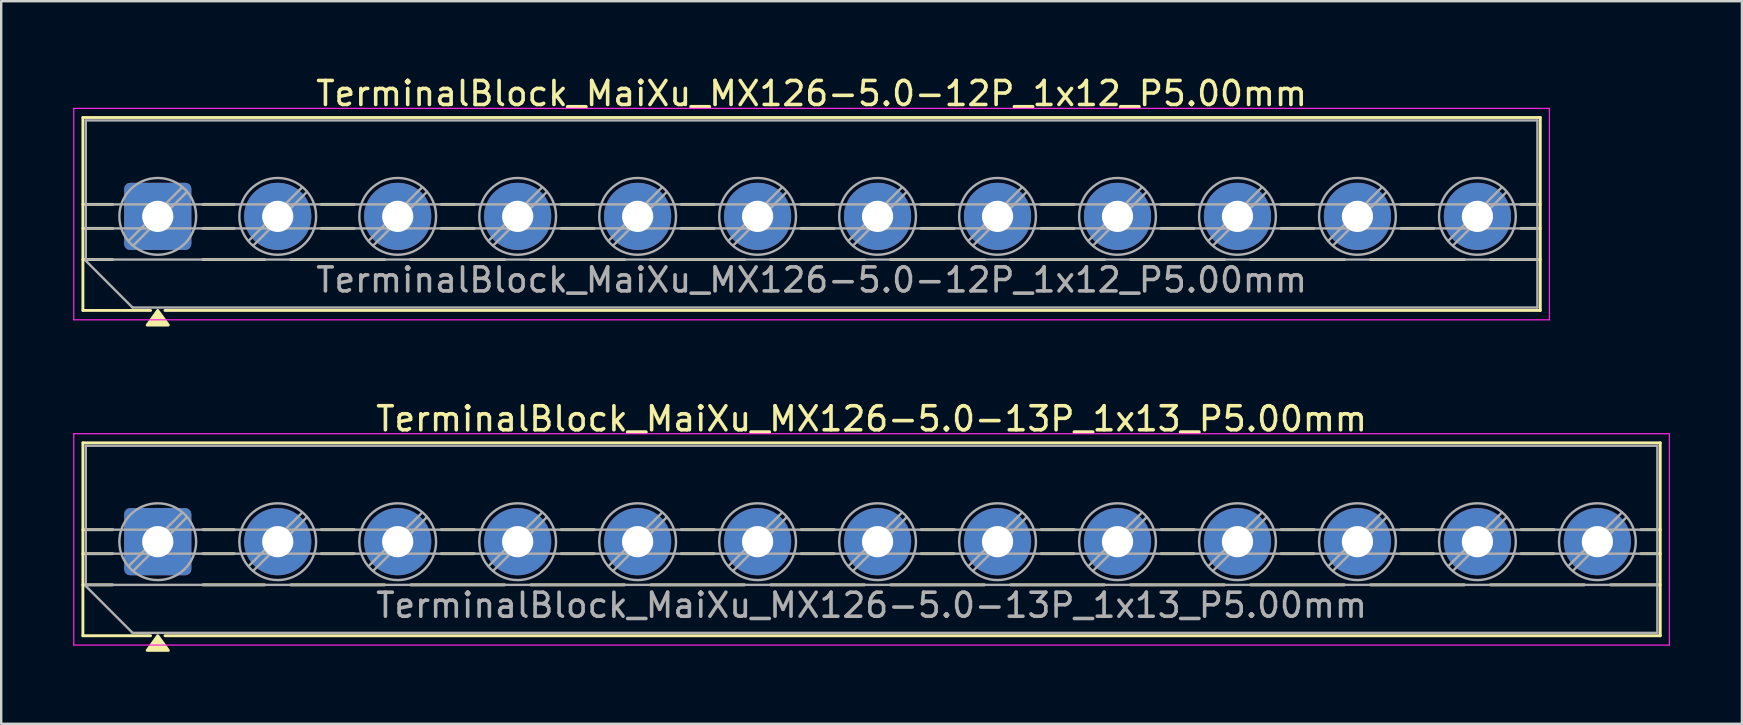
<source format=kicad_pcb>
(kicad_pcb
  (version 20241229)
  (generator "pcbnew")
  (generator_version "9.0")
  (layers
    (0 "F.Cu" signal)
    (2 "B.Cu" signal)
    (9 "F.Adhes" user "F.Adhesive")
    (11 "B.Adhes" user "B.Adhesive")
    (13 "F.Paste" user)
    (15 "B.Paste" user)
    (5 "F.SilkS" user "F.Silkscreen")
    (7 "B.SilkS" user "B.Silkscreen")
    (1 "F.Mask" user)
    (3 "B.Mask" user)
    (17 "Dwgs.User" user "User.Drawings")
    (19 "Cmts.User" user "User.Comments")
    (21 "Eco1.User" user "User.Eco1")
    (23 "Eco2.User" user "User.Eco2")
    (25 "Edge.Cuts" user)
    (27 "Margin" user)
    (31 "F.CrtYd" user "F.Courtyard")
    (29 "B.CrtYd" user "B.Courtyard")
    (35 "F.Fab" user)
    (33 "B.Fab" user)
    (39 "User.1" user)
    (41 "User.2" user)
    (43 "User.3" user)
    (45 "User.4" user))
  (footprint "TerminalBlock_MaiXu_MX126-5.0-13P_1x13_P5.00mm"
    (layer "F.Cu")
    (at 3.525 19.526)
    (property "Reference" "TerminalBlock_MaiXu_MX126-5.0-13P_1x13_P5.00mm" (at 29.75 -5.12 0) (layer "F.SilkS") (effects (font (size 1 1) (thickness 0.15))))
    (attr through_hole)
    (fp_line (start -3.12 -4.12) (end 62.62 -4.12) (stroke (width 0.12) (type solid)) (layer "F.SilkS"))
    (fp_line (start -3.12 -0.5) (end -1.88 -0.5) (stroke (width 0.12) (type solid)) (layer "F.SilkS"))
    (fp_line (start -3.12 0.5) (end -1.88 0.5) (stroke (width 0.12) (type solid)) (layer "F.SilkS"))
    (fp_line (start -3.12 1.8) (end -1.88 1.8) (stroke (width 0.12) (type solid)) (layer "F.SilkS"))
    (fp_line (start -3.12 3.92) (end -3.12 -4.12) (stroke (width 0.12) (type solid)) (layer "F.SilkS"))
    (fp_line (start -0.3 3.92) (end -3.12 3.92) (stroke (width 0.12) (type solid)) (layer "F.SilkS"))
    (fp_line (start 1.88 -0.5) (end 3.188 -0.5) (stroke (width 0.12) (type solid)) (layer "F.SilkS"))
    (fp_line (start 1.88 0.5) (end 3.188 0.5) (stroke (width 0.12) (type solid)) (layer "F.SilkS"))
    (fp_line (start 1.88 1.8) (end 4.457 1.8) (stroke (width 0.12) (type solid)) (layer "F.SilkS"))
    (fp_line (start 5.543 1.8) (end 9.457 1.8) (stroke (width 0.12) (type solid)) (layer "F.SilkS"))
    (fp_line (start 6.812 -0.5) (end 8.188 -0.5) (stroke (width 0.12) (type solid)) (layer "F.SilkS"))
    (fp_line (start 6.812 0.5) (end 8.188 0.5) (stroke (width 0.12) (type solid)) (layer "F.SilkS"))
    (fp_line (start 10.543 1.8) (end 14.457 1.8) (stroke (width 0.12) (type solid)) (layer "F.SilkS"))
    (fp_line (start 11.812 -0.5) (end 13.188 -0.5) (stroke (width 0.12) (type solid)) (layer "F.SilkS"))
    (fp_line (start 11.812 0.5) (end 13.188 0.5) (stroke (width 0.12) (type solid)) (layer "F.SilkS"))
    (fp_line (start 15.543 1.8) (end 19.457 1.8) (stroke (width 0.12) (type solid)) (layer "F.SilkS"))
    (fp_line (start 16.812 -0.5) (end 18.188 -0.5) (stroke (width 0.12) (type solid)) (layer "F.SilkS"))
    (fp_line (start 16.812 0.5) (end 18.188 0.5) (stroke (width 0.12) (type solid)) (layer "F.SilkS"))
    (fp_line (start 20.543 1.8) (end 24.457 1.8) (stroke (width 0.12) (type solid)) (layer "F.SilkS"))
    (fp_line (start 21.812 -0.5) (end 23.188 -0.5) (stroke (width 0.12) (type solid)) (layer "F.SilkS"))
    (fp_line (start 21.812 0.5) (end 23.188 0.5) (stroke (width 0.12) (type solid)) (layer "F.SilkS"))
    (fp_line (start 25.543 1.8) (end 29.457 1.8) (stroke (width 0.12) (type solid)) (layer "F.SilkS"))
    (fp_line (start 26.812 -0.5) (end 28.188 -0.5) (stroke (width 0.12) (type solid)) (layer "F.SilkS"))
    (fp_line (start 26.812 0.5) (end 28.188 0.5) (stroke (width 0.12) (type solid)) (layer "F.SilkS"))
    (fp_line (start 30.543 1.8) (end 34.457 1.8) (stroke (width 0.12) (type solid)) (layer "F.SilkS"))
    (fp_line (start 31.812 -0.5) (end 33.188 -0.5) (stroke (width 0.12) (type solid)) (layer "F.SilkS"))
    (fp_line (start 31.812 0.5) (end 33.188 0.5) (stroke (width 0.12) (type solid)) (layer "F.SilkS"))
    (fp_line (start 35.543 1.8) (end 39.457 1.8) (stroke (width 0.12) (type solid)) (layer "F.SilkS"))
    (fp_line (start 36.812 -0.5) (end 38.188 -0.5) (stroke (width 0.12) (type solid)) (layer "F.SilkS"))
    (fp_line (start 36.812 0.5) (end 38.188 0.5) (stroke (width 0.12) (type solid)) (layer "F.SilkS"))
    (fp_line (start 40.543 1.8) (end 44.457 1.8) (stroke (width 0.12) (type solid)) (layer "F.SilkS"))
    (fp_line (start 41.812 -0.5) (end 43.188 -0.5) (stroke (width 0.12) (type solid)) (layer "F.SilkS"))
    (fp_line (start 41.812 0.5) (end 43.188 0.5) (stroke (width 0.12) (type solid)) (layer "F.SilkS"))
    (fp_line (start 45.543 1.8) (end 49.457 1.8) (stroke (width 0.12) (type solid)) (layer "F.SilkS"))
    (fp_line (start 46.812 -0.5) (end 48.188 -0.5) (stroke (width 0.12) (type solid)) (layer "F.SilkS"))
    (fp_line (start 46.812 0.5) (end 48.188 0.5) (stroke (width 0.12) (type solid)) (layer "F.SilkS"))
    (fp_line (start 50.543 1.8) (end 54.457 1.8) (stroke (width 0.12) (type solid)) (layer "F.SilkS"))
    (fp_line (start 51.812 -0.5) (end 53.188 -0.5) (stroke (width 0.12) (type solid)) (layer "F.SilkS"))
    (fp_line (start 51.812 0.5) (end 53.188 0.5) (stroke (width 0.12) (type solid)) (layer "F.SilkS"))
    (fp_line (start 55.543 1.8) (end 59.457 1.8) (stroke (width 0.12) (type solid)) (layer "F.SilkS"))
    (fp_line (start 56.812 -0.5) (end 58.188 -0.5) (stroke (width 0.12) (type solid)) (layer "F.SilkS"))
    (fp_line (start 56.812 0.5) (end 58.188 0.5) (stroke (width 0.12) (type solid)) (layer "F.SilkS"))
    (fp_line (start 60.543 1.8) (end 62.62 1.8) (stroke (width 0.12) (type solid)) (layer "F.SilkS"))
    (fp_line (start 61.812 -0.5) (end 62.62 -0.5) (stroke (width 0.12) (type solid)) (layer "F.SilkS"))
    (fp_line (start 61.812 0.5) (end 62.62 0.5) (stroke (width 0.12) (type solid)) (layer "F.SilkS"))
    (fp_line (start 62.62 -4.12) (end 62.62 3.92) (stroke (width 0.12) (type solid)) (layer "F.SilkS"))
    (fp_line (start 62.62 3.92) (end 0.3 3.92) (stroke (width 0.12) (type solid)) (layer "F.SilkS"))
    (fp_poly (pts (xy 0 3.92) (xy 0.44 4.53) (xy -0.44 4.53)) (stroke (width 0.12) (type solid)) (fill yes) (layer "F.SilkS"))
    (fp_line (start -3.5 -4.5) (end -3.5 4.31) (stroke (width 0.05) (type solid)) (layer "F.CrtYd"))
    (fp_line (start -3.5 4.31) (end 63 4.31) (stroke (width 0.05) (type solid)) (layer "F.CrtYd"))
    (fp_line (start 63 -4.5) (end -3.5 -4.5) (stroke (width 0.05) (type solid)) (layer "F.CrtYd"))
    (fp_line (start 63 4.31) (end 63 -4.5) (stroke (width 0.05) (type solid)) (layer "F.CrtYd"))
    (fp_line (start -3 -4) (end 62.5 -4) (stroke (width 0.1) (type solid)) (layer "F.Fab"))
    (fp_line (start -3 -0.5) (end 62.5 -0.5) (stroke (width 0.1) (type solid)) (layer "F.Fab"))
    (fp_line (start -3 0.5) (end 62.5 0.5) (stroke (width 0.1) (type solid)) (layer "F.Fab"))
    (fp_line (start -3 1.8) (end 62.5 1.8) (stroke (width 0.1) (type solid)) (layer "F.Fab"))
    (fp_line (start -3 1.85) (end -3 -4) (stroke (width 0.1) (type solid)) (layer "F.Fab"))
    (fp_line (start -1.05 3.8) (end -3 1.85) (stroke (width 0.1) (type solid)) (layer "F.Fab"))
    (fp_line (start 1.018 -1.213) (end -1.213 1.018) (stroke (width 0.1) (type solid)) (layer "F.Fab"))
    (fp_line (start 1.213 -1.018) (end -1.018 1.213) (stroke (width 0.1) (type solid)) (layer "F.Fab"))
    (fp_line (start 6.018 -1.213) (end 3.787 1.018) (stroke (width 0.1) (type solid)) (layer "F.Fab"))
    (fp_line (start 6.213 -1.018) (end 3.982 1.213) (stroke (width 0.1) (type solid)) (layer "F.Fab"))
    (fp_line (start 11.018 -1.213) (end 8.787 1.018) (stroke (width 0.1) (type solid)) (layer "F.Fab"))
    (fp_line (start 11.213 -1.018) (end 8.982 1.213) (stroke (width 0.1) (type solid)) (layer "F.Fab"))
    (fp_line (start 16.018 -1.213) (end 13.787 1.018) (stroke (width 0.1) (type solid)) (layer "F.Fab"))
    (fp_line (start 16.213 -1.018) (end 13.982 1.213) (stroke (width 0.1) (type solid)) (layer "F.Fab"))
    (fp_line (start 21.018 -1.213) (end 18.787 1.018) (stroke (width 0.1) (type solid)) (layer "F.Fab"))
    (fp_line (start 21.213 -1.018) (end 18.982 1.213) (stroke (width 0.1) (type solid)) (layer "F.Fab"))
    (fp_line (start 26.018 -1.213) (end 23.787 1.018) (stroke (width 0.1) (type solid)) (layer "F.Fab"))
    (fp_line (start 26.213 -1.018) (end 23.982 1.213) (stroke (width 0.1) (type solid)) (layer "F.Fab"))
    (fp_line (start 31.018 -1.213) (end 28.787 1.018) (stroke (width 0.1) (type solid)) (layer "F.Fab"))
    (fp_line (start 31.213 -1.018) (end 28.982 1.213) (stroke (width 0.1) (type solid)) (layer "F.Fab"))
    (fp_line (start 36.018 -1.213) (end 33.787 1.018) (stroke (width 0.1) (type solid)) (layer "F.Fab"))
    (fp_line (start 36.213 -1.018) (end 33.982 1.213) (stroke (width 0.1) (type solid)) (layer "F.Fab"))
    (fp_line (start 41.018 -1.213) (end 38.787 1.018) (stroke (width 0.1) (type solid)) (layer "F.Fab"))
    (fp_line (start 41.213 -1.018) (end 38.982 1.213) (stroke (width 0.1) (type solid)) (layer "F.Fab"))
    (fp_line (start 46.018 -1.213) (end 43.787 1.018) (stroke (width 0.1) (type solid)) (layer "F.Fab"))
    (fp_line (start 46.213 -1.018) (end 43.982 1.213) (stroke (width 0.1) (type solid)) (layer "F.Fab"))
    (fp_line (start 51.018 -1.213) (end 48.787 1.018) (stroke (width 0.1) (type solid)) (layer "F.Fab"))
    (fp_line (start 51.213 -1.018) (end 48.982 1.213) (stroke (width 0.1) (type solid)) (layer "F.Fab"))
    (fp_line (start 56.018 -1.213) (end 53.787 1.018) (stroke (width 0.1) (type solid)) (layer "F.Fab"))
    (fp_line (start 56.213 -1.018) (end 53.982 1.213) (stroke (width 0.1) (type solid)) (layer "F.Fab"))
    (fp_line (start 61.018 -1.213) (end 58.787 1.018) (stroke (width 0.1) (type solid)) (layer "F.Fab"))
    (fp_line (start 61.213 -1.018) (end 58.982 1.213) (stroke (width 0.1) (type solid)) (layer "F.Fab"))
    (fp_line (start 62.5 -4) (end 62.5 3.8) (stroke (width 0.1) (type solid)) (layer "F.Fab"))
    (fp_line (start 62.5 3.8) (end -1.05 3.8) (stroke (width 0.1) (type solid)) (layer "F.Fab"))
    (fp_circle (center 0 0) (end 1.6 0) (stroke (width 0.1) (type solid)) (fill no) (layer "F.Fab"))
    (fp_circle (center 5 0) (end 6.6 0) (stroke (width 0.1) (type solid)) (fill no) (layer "F.Fab"))
    (fp_circle (center 10 0) (end 11.6 0) (stroke (width 0.1) (type solid)) (fill no) (layer "F.Fab"))
    (fp_circle (center 15 0) (end 16.6 0) (stroke (width 0.1) (type solid)) (fill no) (layer "F.Fab"))
    (fp_circle (center 20 0) (end 21.6 0) (stroke (width 0.1) (type solid)) (fill no) (layer "F.Fab"))
    (fp_circle (center 25 0) (end 26.6 0) (stroke (width 0.1) (type solid)) (fill no) (layer "F.Fab"))
    (fp_circle (center 30 0) (end 31.6 0) (stroke (width 0.1) (type solid)) (fill no) (layer "F.Fab"))
    (fp_circle (center 35 0) (end 36.6 0) (stroke (width 0.1) (type solid)) (fill no) (layer "F.Fab"))
    (fp_circle (center 40 0) (end 41.6 0) (stroke (width 0.1) (type solid)) (fill no) (layer "F.Fab"))
    (fp_circle (center 45 0) (end 46.6 0) (stroke (width 0.1) (type solid)) (fill no) (layer "F.Fab"))
    (fp_circle (center 50 0) (end 51.6 0) (stroke (width 0.1) (type solid)) (fill no) (layer "F.Fab"))
    (fp_circle (center 55 0) (end 56.6 0) (stroke (width 0.1) (type solid)) (fill no) (layer "F.Fab"))
    (fp_circle (center 60 0) (end 61.6 0) (stroke (width 0.1) (type solid)) (fill no) (layer "F.Fab"))
    (fp_text user "${REFERENCE}" (at 29.75 2.65 0) (layer "F.Fab") (effects (font (size 1 1) (thickness 0.15))))
    (pad "1" thru_hole roundrect (at 0 0) (size 2.8 2.8) (drill 1.3) (layers "*.Cu" "*.Mask") (roundrect_rratio 0.089))
    (pad "2" thru_hole circle (at 5 0) (size 2.8 2.8) (drill 1.3) (layers "*.Cu" "*.Mask"))
    (pad "3" thru_hole circle (at 10 0) (size 2.8 2.8) (drill 1.3) (layers "*.Cu" "*.Mask"))
    (pad "4" thru_hole circle (at 15 0) (size 2.8 2.8) (drill 1.3) (layers "*.Cu" "*.Mask"))
    (pad "5" thru_hole circle (at 20 0) (size 2.8 2.8) (drill 1.3) (layers "*.Cu" "*.Mask"))
    (pad "6" thru_hole circle (at 25 0) (size 2.8 2.8) (drill 1.3) (layers "*.Cu" "*.Mask"))
    (pad "7" thru_hole circle (at 30 0) (size 2.8 2.8) (drill 1.3) (layers "*.Cu" "*.Mask"))
    (pad "8" thru_hole circle (at 35 0) (size 2.8 2.8) (drill 1.3) (layers "*.Cu" "*.Mask"))
    (pad "9" thru_hole circle (at 40 0) (size 2.8 2.8) (drill 1.3) (layers "*.Cu" "*.Mask"))
    (pad "10" thru_hole circle (at 45 0) (size 2.8 2.8) (drill 1.3) (layers "*.Cu" "*.Mask"))
    (pad "11" thru_hole circle (at 50 0) (size 2.8 2.8) (drill 1.3) (layers "*.Cu" "*.Mask"))
    (pad "12" thru_hole circle (at 55 0) (size 2.8 2.8) (drill 1.3) (layers "*.Cu" "*.Mask"))
    (pad "13" thru_hole circle (at 60 0) (size 2.8 2.8) (drill 1.3) (layers "*.Cu" "*.Mask")))
  (footprint "TerminalBlock_MaiXu_MX126-5.0-12P_1x12_P5.00mm"
    (layer "F.Cu")
    (at 3.525 5.968)
    (property "Reference" "TerminalBlock_MaiXu_MX126-5.0-12P_1x12_P5.00mm" (at 27.25 -5.12 0) (layer "F.SilkS") (effects (font (size 1 1) (thickness 0.15))))
    (attr through_hole)
    (fp_line (start -3.12 -4.12) (end 57.62 -4.12) (stroke (width 0.12) (type solid)) (layer "F.SilkS"))
    (fp_line (start -3.12 -0.5) (end -1.88 -0.5) (stroke (width 0.12) (type solid)) (layer "F.SilkS"))
    (fp_line (start -3.12 0.5) (end -1.88 0.5) (stroke (width 0.12) (type solid)) (layer "F.SilkS"))
    (fp_line (start -3.12 1.8) (end -1.88 1.8) (stroke (width 0.12) (type solid)) (layer "F.SilkS"))
    (fp_line (start -3.12 3.92) (end -3.12 -4.12) (stroke (width 0.12) (type solid)) (layer "F.SilkS"))
    (fp_line (start -0.3 3.92) (end -3.12 3.92) (stroke (width 0.12) (type solid)) (layer "F.SilkS"))
    (fp_line (start 1.88 -0.5) (end 3.188 -0.5) (stroke (width 0.12) (type solid)) (layer "F.SilkS"))
    (fp_line (start 1.88 0.5) (end 3.188 0.5) (stroke (width 0.12) (type solid)) (layer "F.SilkS"))
    (fp_line (start 1.88 1.8) (end 4.457 1.8) (stroke (width 0.12) (type solid)) (layer "F.SilkS"))
    (fp_line (start 5.543 1.8) (end 9.457 1.8) (stroke (width 0.12) (type solid)) (layer "F.SilkS"))
    (fp_line (start 6.812 -0.5) (end 8.188 -0.5) (stroke (width 0.12) (type solid)) (layer "F.SilkS"))
    (fp_line (start 6.812 0.5) (end 8.188 0.5) (stroke (width 0.12) (type solid)) (layer "F.SilkS"))
    (fp_line (start 10.543 1.8) (end 14.457 1.8) (stroke (width 0.12) (type solid)) (layer "F.SilkS"))
    (fp_line (start 11.812 -0.5) (end 13.188 -0.5) (stroke (width 0.12) (type solid)) (layer "F.SilkS"))
    (fp_line (start 11.812 0.5) (end 13.188 0.5) (stroke (width 0.12) (type solid)) (layer "F.SilkS"))
    (fp_line (start 15.543 1.8) (end 19.457 1.8) (stroke (width 0.12) (type solid)) (layer "F.SilkS"))
    (fp_line (start 16.812 -0.5) (end 18.188 -0.5) (stroke (width 0.12) (type solid)) (layer "F.SilkS"))
    (fp_line (start 16.812 0.5) (end 18.188 0.5) (stroke (width 0.12) (type solid)) (layer "F.SilkS"))
    (fp_line (start 20.543 1.8) (end 24.457 1.8) (stroke (width 0.12) (type solid)) (layer "F.SilkS"))
    (fp_line (start 21.812 -0.5) (end 23.188 -0.5) (stroke (width 0.12) (type solid)) (layer "F.SilkS"))
    (fp_line (start 21.812 0.5) (end 23.188 0.5) (stroke (width 0.12) (type solid)) (layer "F.SilkS"))
    (fp_line (start 25.543 1.8) (end 29.457 1.8) (stroke (width 0.12) (type solid)) (layer "F.SilkS"))
    (fp_line (start 26.812 -0.5) (end 28.188 -0.5) (stroke (width 0.12) (type solid)) (layer "F.SilkS"))
    (fp_line (start 26.812 0.5) (end 28.188 0.5) (stroke (width 0.12) (type solid)) (layer "F.SilkS"))
    (fp_line (start 30.543 1.8) (end 34.457 1.8) (stroke (width 0.12) (type solid)) (layer "F.SilkS"))
    (fp_line (start 31.812 -0.5) (end 33.188 -0.5) (stroke (width 0.12) (type solid)) (layer "F.SilkS"))
    (fp_line (start 31.812 0.5) (end 33.188 0.5) (stroke (width 0.12) (type solid)) (layer "F.SilkS"))
    (fp_line (start 35.543 1.8) (end 39.457 1.8) (stroke (width 0.12) (type solid)) (layer "F.SilkS"))
    (fp_line (start 36.812 -0.5) (end 38.188 -0.5) (stroke (width 0.12) (type solid)) (layer "F.SilkS"))
    (fp_line (start 36.812 0.5) (end 38.188 0.5) (stroke (width 0.12) (type solid)) (layer "F.SilkS"))
    (fp_line (start 40.543 1.8) (end 44.457 1.8) (stroke (width 0.12) (type solid)) (layer "F.SilkS"))
    (fp_line (start 41.812 -0.5) (end 43.188 -0.5) (stroke (width 0.12) (type solid)) (layer "F.SilkS"))
    (fp_line (start 41.812 0.5) (end 43.188 0.5) (stroke (width 0.12) (type solid)) (layer "F.SilkS"))
    (fp_line (start 45.543 1.8) (end 49.457 1.8) (stroke (width 0.12) (type solid)) (layer "F.SilkS"))
    (fp_line (start 46.812 -0.5) (end 48.188 -0.5) (stroke (width 0.12) (type solid)) (layer "F.SilkS"))
    (fp_line (start 46.812 0.5) (end 48.188 0.5) (stroke (width 0.12) (type solid)) (layer "F.SilkS"))
    (fp_line (start 50.543 1.8) (end 54.457 1.8) (stroke (width 0.12) (type solid)) (layer "F.SilkS"))
    (fp_line (start 51.812 -0.5) (end 53.188 -0.5) (stroke (width 0.12) (type solid)) (layer "F.SilkS"))
    (fp_line (start 51.812 0.5) (end 53.188 0.5) (stroke (width 0.12) (type solid)) (layer "F.SilkS"))
    (fp_line (start 55.543 1.8) (end 57.62 1.8) (stroke (width 0.12) (type solid)) (layer "F.SilkS"))
    (fp_line (start 56.812 -0.5) (end 57.62 -0.5) (stroke (width 0.12) (type solid)) (layer "F.SilkS"))
    (fp_line (start 56.812 0.5) (end 57.62 0.5) (stroke (width 0.12) (type solid)) (layer "F.SilkS"))
    (fp_line (start 57.62 -4.12) (end 57.62 3.92) (stroke (width 0.12) (type solid)) (layer "F.SilkS"))
    (fp_line (start 57.62 3.92) (end 0.3 3.92) (stroke (width 0.12) (type solid)) (layer "F.SilkS"))
    (fp_poly (pts (xy 0 3.92) (xy 0.44 4.53) (xy -0.44 4.53)) (stroke (width 0.12) (type solid)) (fill yes) (layer "F.SilkS"))
    (fp_line (start -3.5 -4.5) (end -3.5 4.31) (stroke (width 0.05) (type solid)) (layer "F.CrtYd"))
    (fp_line (start -3.5 4.31) (end 58 4.31) (stroke (width 0.05) (type solid)) (layer "F.CrtYd"))
    (fp_line (start 58 -4.5) (end -3.5 -4.5) (stroke (width 0.05) (type solid)) (layer "F.CrtYd"))
    (fp_line (start 58 4.31) (end 58 -4.5) (stroke (width 0.05) (type solid)) (layer "F.CrtYd"))
    (fp_line (start -3 -4) (end 57.5 -4) (stroke (width 0.1) (type solid)) (layer "F.Fab"))
    (fp_line (start -3 -0.5) (end 57.5 -0.5) (stroke (width 0.1) (type solid)) (layer "F.Fab"))
    (fp_line (start -3 0.5) (end 57.5 0.5) (stroke (width 0.1) (type solid)) (layer "F.Fab"))
    (fp_line (start -3 1.8) (end 57.5 1.8) (stroke (width 0.1) (type solid)) (layer "F.Fab"))
    (fp_line (start -3 1.85) (end -3 -4) (stroke (width 0.1) (type solid)) (layer "F.Fab"))
    (fp_line (start -1.05 3.8) (end -3 1.85) (stroke (width 0.1) (type solid)) (layer "F.Fab"))
    (fp_line (start 1.018 -1.213) (end -1.213 1.018) (stroke (width 0.1) (type solid)) (layer "F.Fab"))
    (fp_line (start 1.213 -1.018) (end -1.018 1.213) (stroke (width 0.1) (type solid)) (layer "F.Fab"))
    (fp_line (start 6.018 -1.213) (end 3.787 1.018) (stroke (width 0.1) (type solid)) (layer "F.Fab"))
    (fp_line (start 6.213 -1.018) (end 3.982 1.213) (stroke (width 0.1) (type solid)) (layer "F.Fab"))
    (fp_line (start 11.018 -1.213) (end 8.787 1.018) (stroke (width 0.1) (type solid)) (layer "F.Fab"))
    (fp_line (start 11.213 -1.018) (end 8.982 1.213) (stroke (width 0.1) (type solid)) (layer "F.Fab"))
    (fp_line (start 16.018 -1.213) (end 13.787 1.018) (stroke (width 0.1) (type solid)) (layer "F.Fab"))
    (fp_line (start 16.213 -1.018) (end 13.982 1.213) (stroke (width 0.1) (type solid)) (layer "F.Fab"))
    (fp_line (start 21.018 -1.213) (end 18.787 1.018) (stroke (width 0.1) (type solid)) (layer "F.Fab"))
    (fp_line (start 21.213 -1.018) (end 18.982 1.213) (stroke (width 0.1) (type solid)) (layer "F.Fab"))
    (fp_line (start 26.018 -1.213) (end 23.787 1.018) (stroke (width 0.1) (type solid)) (layer "F.Fab"))
    (fp_line (start 26.213 -1.018) (end 23.982 1.213) (stroke (width 0.1) (type solid)) (layer "F.Fab"))
    (fp_line (start 31.018 -1.213) (end 28.787 1.018) (stroke (width 0.1) (type solid)) (layer "F.Fab"))
    (fp_line (start 31.213 -1.018) (end 28.982 1.213) (stroke (width 0.1) (type solid)) (layer "F.Fab"))
    (fp_line (start 36.018 -1.213) (end 33.787 1.018) (stroke (width 0.1) (type solid)) (layer "F.Fab"))
    (fp_line (start 36.213 -1.018) (end 33.982 1.213) (stroke (width 0.1) (type solid)) (layer "F.Fab"))
    (fp_line (start 41.018 -1.213) (end 38.787 1.018) (stroke (width 0.1) (type solid)) (layer "F.Fab"))
    (fp_line (start 41.213 -1.018) (end 38.982 1.213) (stroke (width 0.1) (type solid)) (layer "F.Fab"))
    (fp_line (start 46.018 -1.213) (end 43.787 1.018) (stroke (width 0.1) (type solid)) (layer "F.Fab"))
    (fp_line (start 46.213 -1.018) (end 43.982 1.213) (stroke (width 0.1) (type solid)) (layer "F.Fab"))
    (fp_line (start 51.018 -1.213) (end 48.787 1.018) (stroke (width 0.1) (type solid)) (layer "F.Fab"))
    (fp_line (start 51.213 -1.018) (end 48.982 1.213) (stroke (width 0.1) (type solid)) (layer "F.Fab"))
    (fp_line (start 56.018 -1.213) (end 53.787 1.018) (stroke (width 0.1) (type solid)) (layer "F.Fab"))
    (fp_line (start 56.213 -1.018) (end 53.982 1.213) (stroke (width 0.1) (type solid)) (layer "F.Fab"))
    (fp_line (start 57.5 -4) (end 57.5 3.8) (stroke (width 0.1) (type solid)) (layer "F.Fab"))
    (fp_line (start 57.5 3.8) (end -1.05 3.8) (stroke (width 0.1) (type solid)) (layer "F.Fab"))
    (fp_circle (center 0 0) (end 1.6 0) (stroke (width 0.1) (type solid)) (fill no) (layer "F.Fab"))
    (fp_circle (center 5 0) (end 6.6 0) (stroke (width 0.1) (type solid)) (fill no) (layer "F.Fab"))
    (fp_circle (center 10 0) (end 11.6 0) (stroke (width 0.1) (type solid)) (fill no) (layer "F.Fab"))
    (fp_circle (center 15 0) (end 16.6 0) (stroke (width 0.1) (type solid)) (fill no) (layer "F.Fab"))
    (fp_circle (center 20 0) (end 21.6 0) (stroke (width 0.1) (type solid)) (fill no) (layer "F.Fab"))
    (fp_circle (center 25 0) (end 26.6 0) (stroke (width 0.1) (type solid)) (fill no) (layer "F.Fab"))
    (fp_circle (center 30 0) (end 31.6 0) (stroke (width 0.1) (type solid)) (fill no) (layer "F.Fab"))
    (fp_circle (center 35 0) (end 36.6 0) (stroke (width 0.1) (type solid)) (fill no) (layer "F.Fab"))
    (fp_circle (center 40 0) (end 41.6 0) (stroke (width 0.1) (type solid)) (fill no) (layer "F.Fab"))
    (fp_circle (center 45 0) (end 46.6 0) (stroke (width 0.1) (type solid)) (fill no) (layer "F.Fab"))
    (fp_circle (center 50 0) (end 51.6 0) (stroke (width 0.1) (type solid)) (fill no) (layer "F.Fab"))
    (fp_circle (center 55 0) (end 56.6 0) (stroke (width 0.1) (type solid)) (fill no) (layer "F.Fab"))
    (fp_text user "${REFERENCE}" (at 27.25 2.65 0) (layer "F.Fab") (effects (font (size 1 1) (thickness 0.15))))
    (pad "1" thru_hole roundrect (at 0 0) (size 2.8 2.8) (drill 1.3) (layers "*.Cu" "*.Mask") (roundrect_rratio 0.089))
    (pad "2" thru_hole circle (at 5 0) (size 2.8 2.8) (drill 1.3) (layers "*.Cu" "*.Mask"))
    (pad "3" thru_hole circle (at 10 0) (size 2.8 2.8) (drill 1.3) (layers "*.Cu" "*.Mask"))
    (pad "4" thru_hole circle (at 15 0) (size 2.8 2.8) (drill 1.3) (layers "*.Cu" "*.Mask"))
    (pad "5" thru_hole circle (at 20 0) (size 2.8 2.8) (drill 1.3) (layers "*.Cu" "*.Mask"))
    (pad "6" thru_hole circle (at 25 0) (size 2.8 2.8) (drill 1.3) (layers "*.Cu" "*.Mask"))
    (pad "7" thru_hole circle (at 30 0) (size 2.8 2.8) (drill 1.3) (layers "*.Cu" "*.Mask"))
    (pad "8" thru_hole circle (at 35 0) (size 2.8 2.8) (drill 1.3) (layers "*.Cu" "*.Mask"))
    (pad "9" thru_hole circle (at 40 0) (size 2.8 2.8) (drill 1.3) (layers "*.Cu" "*.Mask"))
    (pad "10" thru_hole circle (at 45 0) (size 2.8 2.8) (drill 1.3) (layers "*.Cu" "*.Mask"))
    (pad "11" thru_hole circle (at 50 0) (size 2.8 2.8) (drill 1.3) (layers "*.Cu" "*.Mask"))
    (pad "12" thru_hole circle (at 55 0) (size 2.8 2.8) (drill 1.3) (layers "*.Cu" "*.Mask")))
  (gr_rect
    (start -3 -3)
    (end 69.55 27.116)
    (stroke (width 0.1) (type default))
    (fill no)
    (layer "Edge.Cuts")))
</source>
